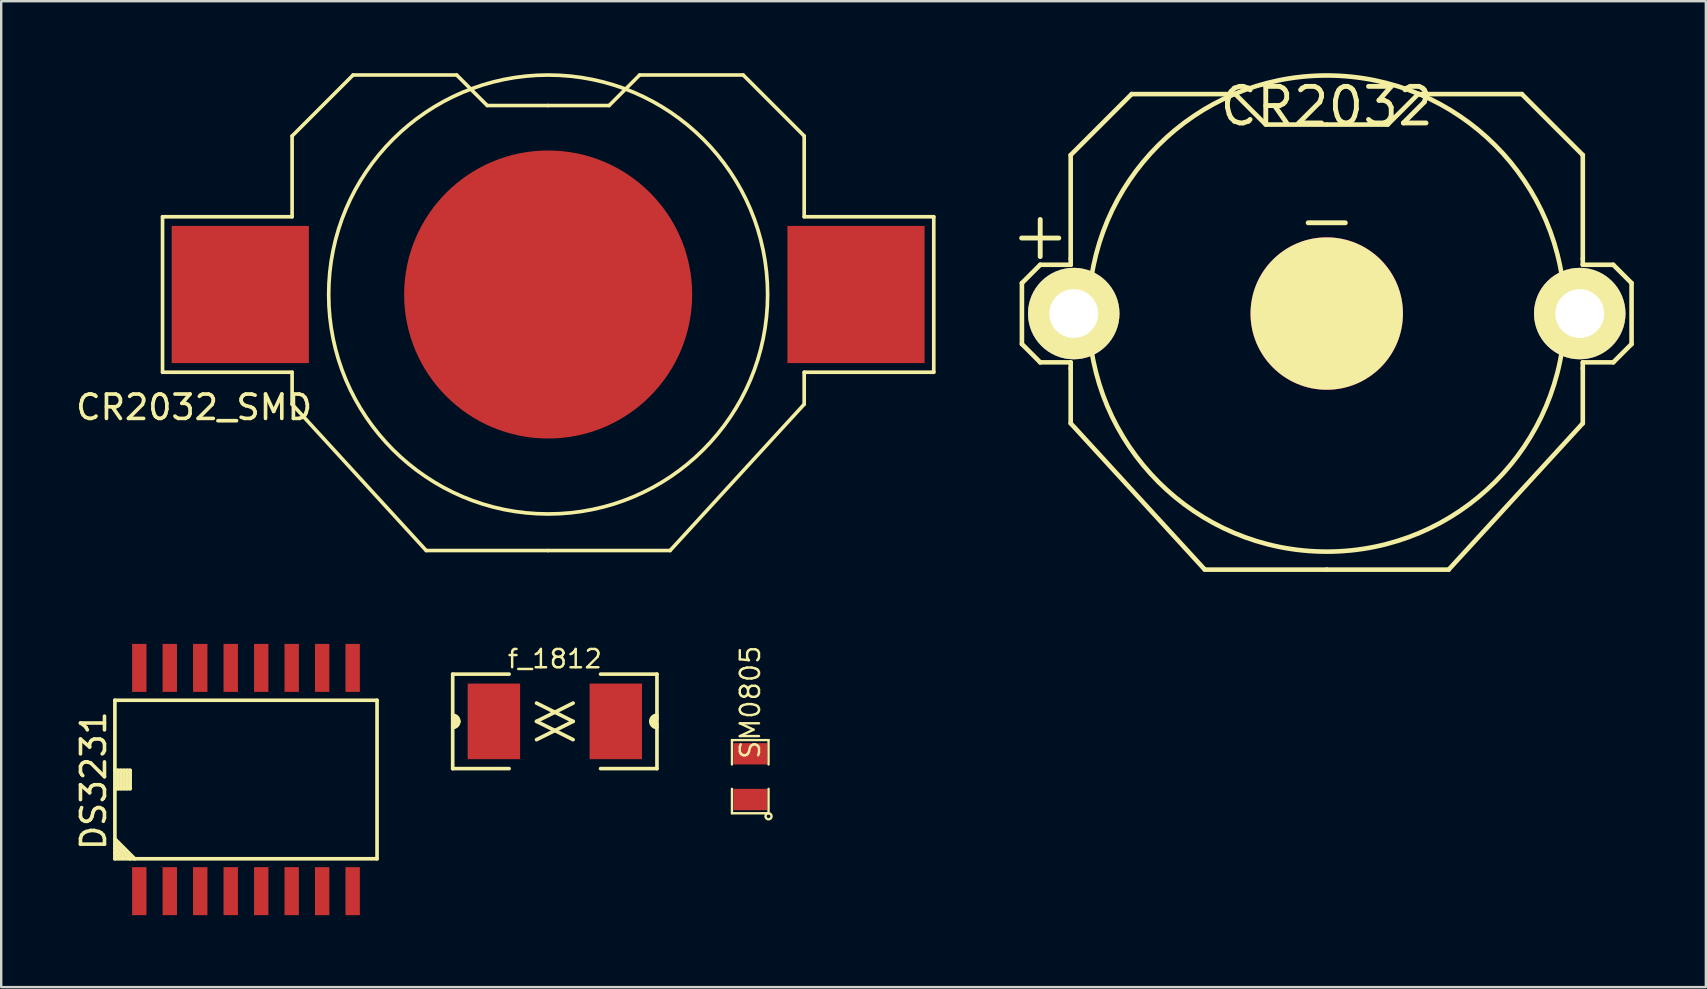
<source format=kicad_pcb>
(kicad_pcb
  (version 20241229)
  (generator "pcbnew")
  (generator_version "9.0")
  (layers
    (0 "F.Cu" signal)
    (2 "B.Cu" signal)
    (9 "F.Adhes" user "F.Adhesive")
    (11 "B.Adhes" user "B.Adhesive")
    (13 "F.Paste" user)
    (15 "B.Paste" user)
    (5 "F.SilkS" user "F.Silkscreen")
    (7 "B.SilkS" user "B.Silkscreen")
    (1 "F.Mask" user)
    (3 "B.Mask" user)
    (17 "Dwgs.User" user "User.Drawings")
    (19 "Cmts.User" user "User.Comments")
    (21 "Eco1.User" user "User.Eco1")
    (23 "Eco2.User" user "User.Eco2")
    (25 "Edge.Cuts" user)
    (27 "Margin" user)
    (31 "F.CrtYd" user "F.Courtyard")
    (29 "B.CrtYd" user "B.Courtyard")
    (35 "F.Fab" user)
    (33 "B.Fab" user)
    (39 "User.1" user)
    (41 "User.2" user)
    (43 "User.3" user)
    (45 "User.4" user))
  (footprint "DS3231"
    (layer "F.Cu")
    (at 7.198 29.428)
    (property "Reference" "DS3231" (at -6.35 0.05 90) (layer "F.SilkS") (effects (font (size 1 1) (thickness 0.15))))
    (attr smd)
    (fp_line (start -5.461 -3.302) (end -5.461 3.302) (stroke (width 0.152) (type solid)) (layer "F.SilkS"))
    (fp_line (start -5.461 -3.302) (end 5.461 -3.302) (stroke (width 0.152) (type solid)) (layer "F.SilkS"))
    (fp_line (start -5.461 -0.381) (end -4.826 -0.381) (stroke (width 0.152) (type solid)) (layer "F.SilkS"))
    (fp_line (start -5.461 0.381) (end -4.826 0.381) (stroke (width 0.152) (type solid)) (layer "F.SilkS"))
    (fp_line (start -5.461 2.477) (end -4.636 3.302) (stroke (width 0.152) (type solid)) (layer "F.SilkS"))
    (fp_line (start -5.461 2.857) (end -5.08 3.239) (stroke (width 0.152) (type solid)) (layer "F.SilkS"))
    (fp_line (start -5.461 3.048) (end -5.271 3.239) (stroke (width 0.152) (type solid)) (layer "F.SilkS"))
    (fp_line (start -5.334 -0.381) (end -5.334 0.381) (stroke (width 0.152) (type solid)) (layer "F.SilkS"))
    (fp_line (start -5.207 -0.381) (end -5.207 0.381) (stroke (width 0.152) (type solid)) (layer "F.SilkS"))
    (fp_line (start -5.08 -0.381) (end -5.08 0.381) (stroke (width 0.152) (type solid)) (layer "F.SilkS"))
    (fp_line (start -4.953 -0.381) (end -4.953 0.381) (stroke (width 0.152) (type solid)) (layer "F.SilkS"))
    (fp_line (start -4.826 -0.381) (end -4.826 0.381) (stroke (width 0.152) (type solid)) (layer "F.SilkS"))
    (fp_line (start -4.826 3.302) (end -5.461 2.667) (stroke (width 0.152) (type solid)) (layer "F.SilkS"))
    (fp_line (start 5.461 3.302) (end -5.461 3.302) (stroke (width 0.152) (type solid)) (layer "F.SilkS"))
    (fp_line (start 5.461 3.302) (end 5.461 -3.302) (stroke (width 0.152) (type solid)) (layer "F.SilkS"))
    (pad "1" smd rect (at -4.445 4.651) (size 0.599 1.999) (layers "F.Cu" "F.Mask" "F.Paste"))
    (pad "2" smd rect (at -3.175 4.651) (size 0.599 1.999) (layers "F.Cu" "F.Mask" "F.Paste"))
    (pad "3" smd rect (at -1.905 4.651) (size 0.599 1.999) (layers "F.Cu" "F.Mask" "F.Paste"))
    (pad "4" smd rect (at -0.635 4.651) (size 0.599 1.999) (layers "F.Cu" "F.Mask" "F.Paste"))
    (pad "5" smd rect (at 0.635 4.651) (size 0.599 1.999) (layers "F.Cu" "F.Mask" "F.Paste"))
    (pad "6" smd rect (at 1.905 4.651) (size 0.599 1.999) (layers "F.Cu" "F.Mask" "F.Paste"))
    (pad "7" smd rect (at 3.175 4.651) (size 0.599 1.999) (layers "F.Cu" "F.Mask" "F.Paste"))
    (pad "8" smd rect (at 4.445 4.651) (size 0.599 1.999) (layers "F.Cu" "F.Mask" "F.Paste"))
    (pad "9" smd rect (at 4.445 -4.651) (size 0.599 1.999) (layers "F.Cu" "F.Mask" "F.Paste"))
    (pad "10" smd rect (at 3.175 -4.651) (size 0.599 1.999) (layers "F.Cu" "F.Mask" "F.Paste"))
    (pad "11" smd rect (at 1.905 -4.651) (size 0.599 1.999) (layers "F.Cu" "F.Mask" "F.Paste"))
    (pad "12" smd rect (at 0.635 -4.651) (size 0.599 1.999) (layers "F.Cu" "F.Mask" "F.Paste"))
    (pad "13" smd rect (at -0.635 -4.651) (size 0.599 1.999) (layers "F.Cu" "F.Mask" "F.Paste"))
    (pad "14" smd rect (at -1.905 -4.651) (size 0.599 1.999) (layers "F.Cu" "F.Mask" "F.Paste"))
    (pad "15" smd rect (at -3.175 -4.651) (size 0.599 1.999) (layers "F.Cu" "F.Mask" "F.Paste"))
    (pad "16" smd rect (at -4.445 -4.651) (size 0.599 1.999) (layers "F.Cu" "F.Mask" "F.Paste")))
  (footprint "f_1812"
    (layer "F.Cu")
    (at 20.066 27.005)
    (property "Reference" "f_1812" (at 0 -2.603 0) (layer "F.SilkS") (effects (font (size 0.762 0.762) (thickness 0.102))))
    (attr smd)
    (fp_line (start -4.255 -1.968) (end -4.255 1.968) (stroke (width 0.152) (type solid)) (layer "F.SilkS"))
    (fp_line (start -1.905 -1.968) (end -4.255 -1.968) (stroke (width 0.152) (type solid)) (layer "F.SilkS"))
    (fp_line (start -1.905 1.968) (end -4.255 1.968) (stroke (width 0.152) (type solid)) (layer "F.SilkS"))
    (fp_line (start -0.762 0) (end 0.762 0.762) (stroke (width 0.152) (type solid)) (layer "F.SilkS"))
    (fp_line (start 0.762 -0.762) (end -0.762 0) (stroke (width 0.152) (type solid)) (layer "F.SilkS"))
    (fp_line (start 0.762 0) (end -0.762 -0.762) (stroke (width 0.152) (type solid)) (layer "F.SilkS"))
    (fp_line (start 0.762 0) (end -0.762 0.762) (stroke (width 0.152) (type solid)) (layer "F.SilkS"))
    (fp_line (start 1.905 1.968) (end 4.255 1.968) (stroke (width 0.152) (type solid)) (layer "F.SilkS"))
    (fp_line (start 4.255 -1.968) (end 1.905 -1.968) (stroke (width 0.152) (type solid)) (layer "F.SilkS"))
    (fp_line (start 4.255 -1.968) (end 4.255 1.968) (stroke (width 0.152) (type solid)) (layer "F.SilkS"))
    (fp_arc (start -4.2545 -0.254) (mid -4.074895 -0.179605) (end -4.0005 0) (stroke (width 0.1524) (type solid)) (layer "F.SilkS"))
    (fp_arc (start -4.2545 -0.127) (mid -4.164697 -0.089803) (end -4.1275 0) (stroke (width 0.1524) (type solid)) (layer "F.SilkS"))
    (fp_arc (start -4.1275 0) (mid -4.164697 0.089803) (end -4.2545 0.127) (stroke (width 0.1524) (type solid)) (layer "F.SilkS"))
    (fp_arc (start -4.0005 0) (mid -4.074895 0.179605) (end -4.2545 0.254) (stroke (width 0.1524) (type solid)) (layer "F.SilkS"))
    (fp_arc (start 4.0005 0) (mid 4.074895 -0.179605) (end 4.2545 -0.254) (stroke (width 0.1524) (type solid)) (layer "F.SilkS"))
    (fp_arc (start 4.1275 0) (mid 4.164697 -0.089803) (end 4.2545 -0.127) (stroke (width 0.1524) (type solid)) (layer "F.SilkS"))
    (fp_arc (start 4.2545 0.127) (mid 4.164697 0.089803) (end 4.1275 0) (stroke (width 0.1524) (type solid)) (layer "F.SilkS"))
    (fp_arc (start 4.2545 0.254) (mid 4.074895 0.179605) (end 4.0005 0) (stroke (width 0.1524) (type solid)) (layer "F.SilkS"))
    (pad "1" smd rect (at 2.54 0) (size 2.184 3.15) (layers "F.Cu" "F.Mask" "F.Paste"))
    (pad "2" smd rect (at -2.54 0) (size 2.184 3.15) (layers "F.Cu" "F.Mask" "F.Paste")))
  (footprint "SM0805"
    (layer "F.Cu")
    (at 28.208 29.209)
    (property "Reference" "SM0805" (at 0 -3 90) (layer "F.SilkS") (effects (font (size 0.8 0.8) (thickness 0.1))))
    (attr smd)
    (fp_line (start -0.762 -1.424) (end 0.762 -1.424) (stroke (width 0.099) (type solid)) (layer "F.SilkS"))
    (fp_line (start -0.762 -0.408) (end -0.762 -1.424) (stroke (width 0.099) (type solid)) (layer "F.SilkS"))
    (fp_line (start -0.762 1.624) (end -0.762 0.608) (stroke (width 0.099) (type solid)) (layer "F.SilkS"))
    (fp_line (start 0.762 -1.424) (end 0.762 -0.408) (stroke (width 0.099) (type solid)) (layer "F.SilkS"))
    (fp_line (start 0.762 0.608) (end 0.762 1.624) (stroke (width 0.099) (type solid)) (layer "F.SilkS"))
    (fp_line (start 0.762 1.624) (end -0.762 1.624) (stroke (width 0.099) (type solid)) (layer "F.SilkS"))
    (fp_circle (center 0.762 1.751) (end 0.635 1.751) (stroke (width 0.099) (type solid)) (fill no) (layer "F.SilkS"))
    (pad "1" smd rect (at 0 1.052 90) (size 0.889 1.397) (layers "F.Cu" "F.Mask" "F.Paste"))
    (pad "2" smd rect (at 0 -0.853 90) (size 0.889 1.397) (layers "F.Cu" "F.Mask" "F.Paste")))
  (footprint "CR2032_SMD"
    (layer "F.Cu")
    (at 19.788 9.22)
    (property "Reference" "CR2032_SMD" (at -14.75 4.7 0) (layer "F.SilkS") (effects (font (size 1.016 1.016) (thickness 0.152))))
    (attr smd)
    (fp_line (start -16.066 -3.239) (end -10.668 -3.239) (stroke (width 0.152) (type solid)) (layer "F.SilkS"))
    (fp_line (start -16.066 3.239) (end -16.066 -3.239) (stroke (width 0.152) (type solid)) (layer "F.SilkS"))
    (fp_line (start -10.668 -6.604) (end -8.128 -9.144) (stroke (width 0.15) (type solid)) (layer "F.SilkS"))
    (fp_line (start -10.668 -3.239) (end -10.668 -6.604) (stroke (width 0.152) (type solid)) (layer "F.SilkS"))
    (fp_line (start -10.668 3.239) (end -16.066 3.239) (stroke (width 0.152) (type solid)) (layer "F.SilkS"))
    (fp_line (start -10.668 4.572) (end -10.668 3.239) (stroke (width 0.152) (type solid)) (layer "F.SilkS"))
    (fp_line (start -8.128 -9.144) (end -3.81 -9.144) (stroke (width 0.15) (type solid)) (layer "F.SilkS"))
    (fp_line (start -5.08 10.668) (end -10.668 4.572) (stroke (width 0.15) (type solid)) (layer "F.SilkS"))
    (fp_line (start -3.81 -9.144) (end -2.54 -7.874) (stroke (width 0.15) (type solid)) (layer "F.SilkS"))
    (fp_line (start -2.54 -7.874) (end 0 -7.874) (stroke (width 0.15) (type solid)) (layer "F.SilkS"))
    (fp_line (start 0 -7.874) (end 2.54 -7.874) (stroke (width 0.15) (type solid)) (layer "F.SilkS"))
    (fp_line (start 0 10.668) (end -5.08 10.668) (stroke (width 0.15) (type solid)) (layer "F.SilkS"))
    (fp_line (start 2.54 -7.874) (end 3.81 -9.144) (stroke (width 0.15) (type solid)) (layer "F.SilkS"))
    (fp_line (start 3.81 -9.144) (end 8.128 -9.144) (stroke (width 0.15) (type solid)) (layer "F.SilkS"))
    (fp_line (start 5.08 10.668) (end 0 10.668) (stroke (width 0.15) (type solid)) (layer "F.SilkS"))
    (fp_line (start 8.128 -9.144) (end 10.668 -6.604) (stroke (width 0.15) (type solid)) (layer "F.SilkS"))
    (fp_line (start 10.668 -3.239) (end 10.668 -6.604) (stroke (width 0.152) (type solid)) (layer "F.SilkS"))
    (fp_line (start 10.668 3.239) (end 16.066 3.239) (stroke (width 0.152) (type solid)) (layer "F.SilkS"))
    (fp_line (start 10.668 4.572) (end 5.08 10.668) (stroke (width 0.15) (type solid)) (layer "F.SilkS"))
    (fp_line (start 10.668 4.572) (end 10.668 3.239) (stroke (width 0.152) (type solid)) (layer "F.SilkS"))
    (fp_line (start 16.066 -3.239) (end 10.668 -3.239) (stroke (width 0.152) (type solid)) (layer "F.SilkS"))
    (fp_line (start 16.066 3.239) (end 16.066 -3.239) (stroke (width 0.152) (type solid)) (layer "F.SilkS"))
    (fp_circle (center 0 0) (end 0 -9.144) (stroke (width 0.152) (type solid)) (fill no) (layer "F.SilkS"))
    (pad "1" smd rect (at -12.827 0) (size 5.715 5.715) (layers "F.Cu" "F.Mask" "F.Paste"))
    (pad "1" smd rect (at 12.827 0) (size 5.715 5.715) (layers "F.Cu" "F.Mask" "F.Paste"))
    (pad "2" smd circle (at 0 0) (size 12 12) (layers "F.Cu" "F.Mask" "F.Paste")))
  (footprint "CR2032"
    (layer "F.Cu")
    (at 52.227 10.014)
    (property "Reference" "CR2032" (at 0 -8.636 0) (layer "F.SilkS") (effects (font (size 1.524 1.524) (thickness 0.203))))
    (attr smd)
    (fp_line (start -12.7 -1.27) (end -11.938 -2.032) (stroke (width 0.191) (type solid)) (layer "F.SilkS"))
    (fp_line (start -12.7 1.27) (end -12.7 -1.27) (stroke (width 0.191) (type solid)) (layer "F.SilkS"))
    (fp_line (start -11.938 -2.032) (end -10.668 -2.032) (stroke (width 0.191) (type solid)) (layer "F.SilkS"))
    (fp_line (start -11.938 2.032) (end -12.7 1.27) (stroke (width 0.191) (type solid)) (layer "F.SilkS"))
    (fp_line (start -10.668 -6.604) (end -10.668 -2.286) (stroke (width 0.191) (type solid)) (layer "F.SilkS"))
    (fp_line (start -10.668 -2.032) (end -10.668 -2.286) (stroke (width 0.191) (type solid)) (layer "F.SilkS"))
    (fp_line (start -10.668 2.032) (end -11.938 2.032) (stroke (width 0.191) (type solid)) (layer "F.SilkS"))
    (fp_line (start -10.668 2.286) (end -10.668 2.032) (stroke (width 0.191) (type solid)) (layer "F.SilkS"))
    (fp_line (start -10.668 4.572) (end -10.668 2.286) (stroke (width 0.191) (type solid)) (layer "F.SilkS"))
    (fp_line (start -8.128 -9.144) (end -10.668 -6.604) (stroke (width 0.191) (type solid)) (layer "F.SilkS"))
    (fp_line (start -8.128 -9.144) (end -3.81 -9.144) (stroke (width 0.191) (type solid)) (layer "F.SilkS"))
    (fp_line (start -5.08 10.668) (end -10.668 4.572) (stroke (width 0.191) (type solid)) (layer "F.SilkS"))
    (fp_line (start -2.54 -7.874) (end -3.81 -9.144) (stroke (width 0.191) (type solid)) (layer "F.SilkS"))
    (fp_line (start 0 -7.874) (end -2.54 -7.874) (stroke (width 0.191) (type solid)) (layer "F.SilkS"))
    (fp_line (start 0 -7.874) (end 2.54 -7.874) (stroke (width 0.191) (type solid)) (layer "F.SilkS"))
    (fp_line (start 0 10.668) (end -5.08 10.668) (stroke (width 0.191) (type solid)) (layer "F.SilkS"))
    (fp_line (start 0 10.668) (end 5.08 10.668) (stroke (width 0.191) (type solid)) (layer "F.SilkS"))
    (fp_line (start 2.54 -7.874) (end 3.81 -9.144) (stroke (width 0.191) (type solid)) (layer "F.SilkS"))
    (fp_line (start 3.81 -9.144) (end 8.128 -9.144) (stroke (width 0.191) (type solid)) (layer "F.SilkS"))
    (fp_line (start 8.128 -9.144) (end 10.668 -6.604) (stroke (width 0.191) (type solid)) (layer "F.SilkS"))
    (fp_line (start 10.668 -6.604) (end 10.668 -2.286) (stroke (width 0.191) (type solid)) (layer "F.SilkS"))
    (fp_line (start 10.668 -2.286) (end 10.668 -2.032) (stroke (width 0.191) (type solid)) (layer "F.SilkS"))
    (fp_line (start 10.668 -2.032) (end 11.938 -2.032) (stroke (width 0.191) (type solid)) (layer "F.SilkS"))
    (fp_line (start 10.668 2.032) (end 10.668 2.286) (stroke (width 0.191) (type solid)) (layer "F.SilkS"))
    (fp_line (start 10.668 4.572) (end 5.08 10.668) (stroke (width 0.191) (type solid)) (layer "F.SilkS"))
    (fp_line (start 10.668 4.572) (end 10.668 2.286) (stroke (width 0.191) (type solid)) (layer "F.SilkS"))
    (fp_line (start 11.938 -2.032) (end 12.7 -1.27) (stroke (width 0.191) (type solid)) (layer "F.SilkS"))
    (fp_line (start 11.938 2.032) (end 10.668 2.032) (stroke (width 0.191) (type solid)) (layer "F.SilkS"))
    (fp_line (start 12.7 -1.27) (end 12.7 1.27) (stroke (width 0.191) (type solid)) (layer "F.SilkS"))
    (fp_line (start 12.7 1.27) (end 11.938 2.032) (stroke (width 0.191) (type solid)) (layer "F.SilkS"))
    (fp_circle (center 0 0) (end 9.906 -0.508) (stroke (width 0.191) (type solid)) (fill no) (layer "F.SilkS"))
    (fp_text user "-" (at 0 -3.937 0) (layer "F.SilkS") (effects (font (size 2.032 2.032) (thickness 0.203))))
    (fp_text user "+" (at -11.938 -3.302 0) (layer "F.SilkS") (effects (font (size 2.032 2.032) (thickness 0.203))))
    (pad "1" thru_hole circle (at -10.541 0) (size 3.81 3.81) (drill 2.032) (layers "*.Cu" "*.Mask" "F.SilkS"))
    (pad "1" thru_hole circle (at 10.541 0) (size 3.81 3.81) (drill 2.032) (layers "*.Cu" "*.Mask" "F.SilkS"))
    (pad "2" smd circle (at 0 0) (size 6.35 6.35) (layers "F.Cu" "F.Mask" "F.SilkS" "F.Adhes" "F.Paste")))
  (gr_rect
    (start -3 -3)
    (end 68.022 38.078)
    (stroke (width 0.1) (type default))
    (fill no)
    (layer "Edge.Cuts")))
</source>
